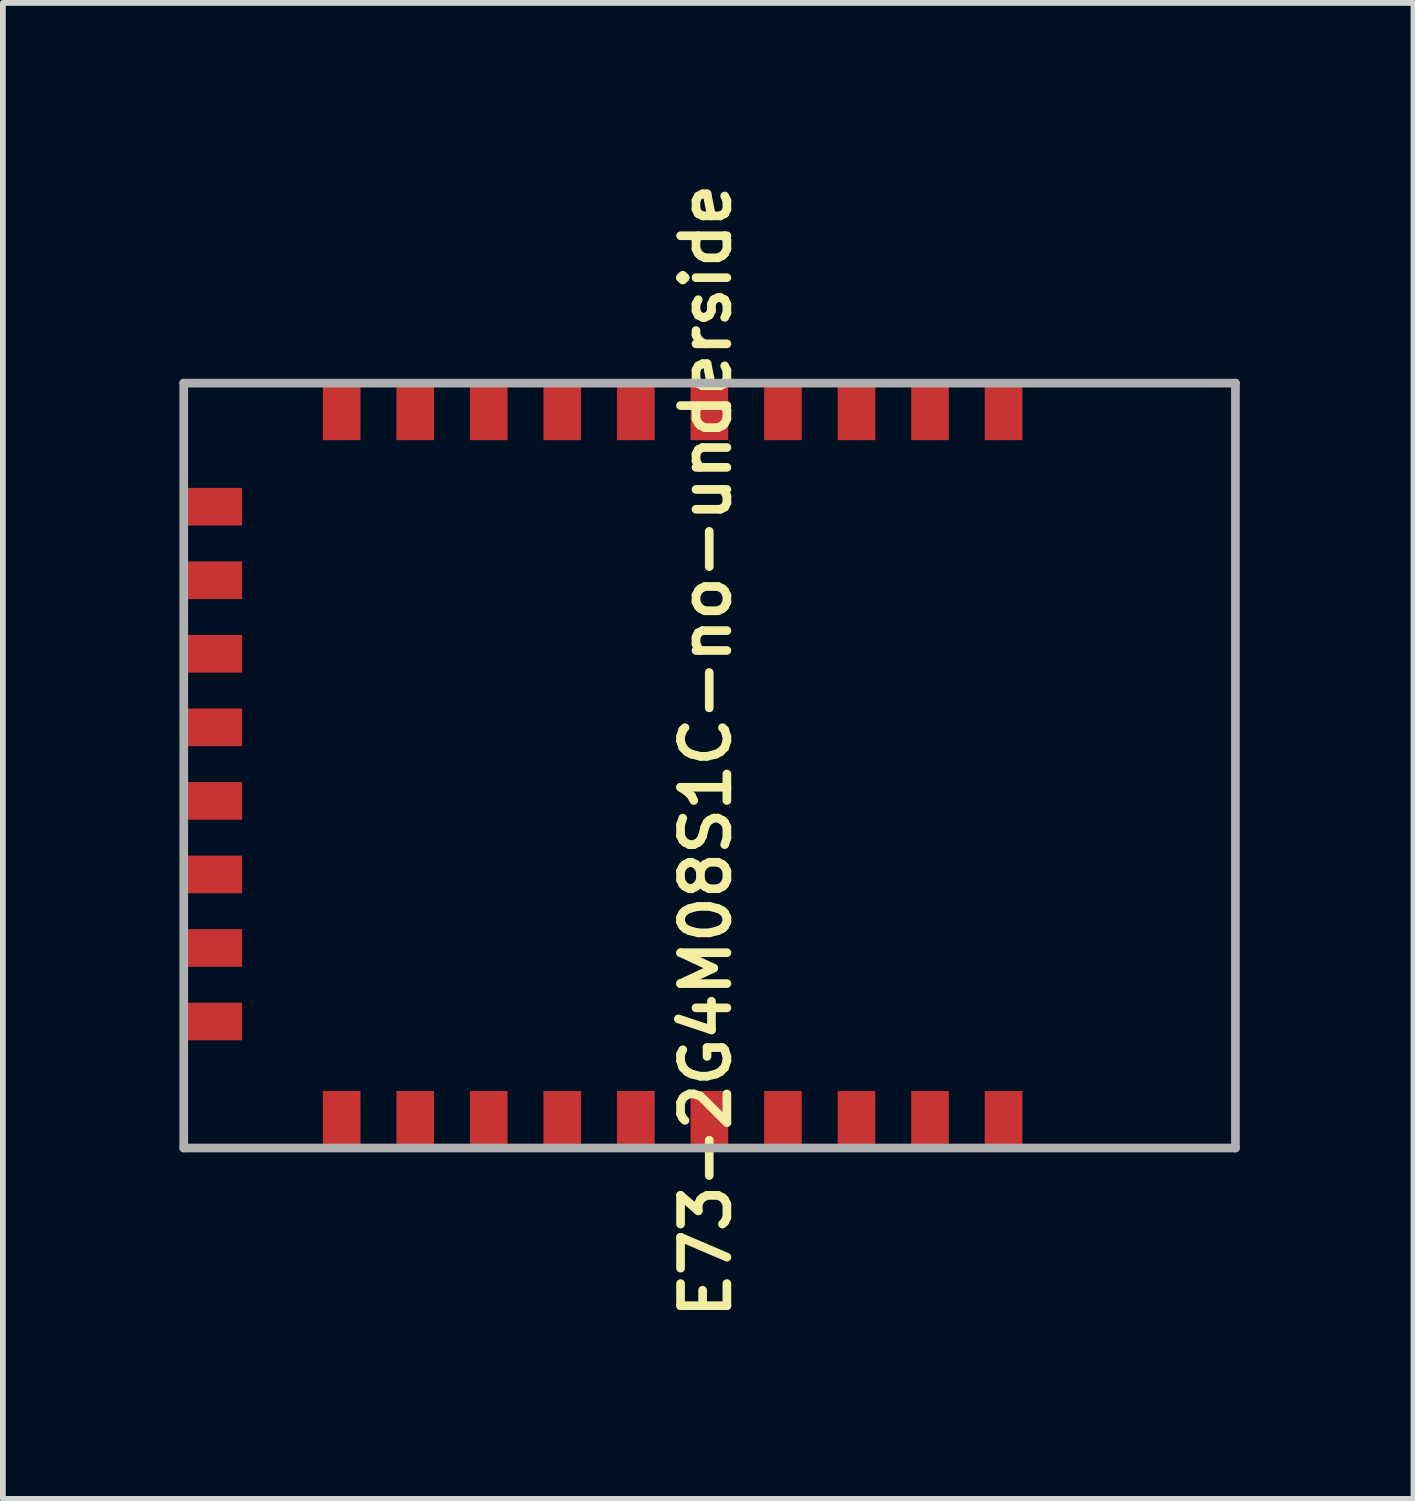
<source format=kicad_pcb>
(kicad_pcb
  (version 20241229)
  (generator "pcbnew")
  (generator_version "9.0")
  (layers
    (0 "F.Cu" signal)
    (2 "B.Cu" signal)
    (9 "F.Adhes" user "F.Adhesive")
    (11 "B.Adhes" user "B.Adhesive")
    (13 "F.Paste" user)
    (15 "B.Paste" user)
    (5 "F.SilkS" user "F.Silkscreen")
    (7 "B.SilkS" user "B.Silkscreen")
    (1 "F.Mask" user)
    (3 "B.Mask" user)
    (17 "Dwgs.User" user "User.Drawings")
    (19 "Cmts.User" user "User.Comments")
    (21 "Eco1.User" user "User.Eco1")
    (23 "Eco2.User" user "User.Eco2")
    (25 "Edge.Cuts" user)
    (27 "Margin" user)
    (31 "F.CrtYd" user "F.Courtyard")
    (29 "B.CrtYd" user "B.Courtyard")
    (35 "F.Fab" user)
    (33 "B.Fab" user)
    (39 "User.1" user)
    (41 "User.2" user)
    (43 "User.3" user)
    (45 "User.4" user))
  (footprint "E73-2G4M08S1C-no-underside"
    (layer "F.Cu")
    (at 0.25 10.17)
    (property "Reference" "E73-2G4M08S1C-no-underside" (at 8.89 -0.254 90) (layer "F.SilkS") (effects (font (size 0.8 0.8) (thickness 0.15))))
    (attr through_hole)
    (fp_line (start -0.127 -6.604) (end -0.127 6.604) (stroke (width 0.15) (type solid)) (layer "F.Fab"))
    (fp_line (start -0.127 6.604) (end 18.034 6.604) (stroke (width 0.15) (type solid)) (layer "F.Fab"))
    (fp_line (start 18.034 -6.604) (end -0.127 -6.604) (stroke (width 0.15) (type solid)) (layer "F.Fab"))
    (fp_line (start 18.034 6.604) (end 18.034 -6.604) (stroke (width 0.15) (type solid)) (layer "F.Fab"))
    (pad "1" smd rect (at 14.03 -6.119) (size 0.65 1) (layers "F.Cu" "F.Mask" "F.Paste"))
    (pad "2" smd rect (at 12.76 -6.119) (size 0.65 1) (layers "F.Cu" "F.Mask" "F.Paste"))
    (pad "3" smd rect (at 11.49 -6.119) (size 0.65 1) (layers "F.Cu" "F.Mask" "F.Paste"))
    (pad "4" smd rect (at 10.22 -6.119) (size 0.65 1) (layers "F.Cu" "F.Mask" "F.Paste"))
    (pad "5" smd rect (at 8.95 -6.119) (size 0.65 1) (layers "F.Cu" "F.Mask" "F.Paste"))
    (pad "6" smd rect (at 7.68 -6.119) (size 0.65 1) (layers "F.Cu" "F.Mask" "F.Paste"))
    (pad "7" smd rect (at 6.41 -6.119) (size 0.65 1) (layers "F.Cu" "F.Mask" "F.Paste"))
    (pad "8" smd rect (at 5.14 -6.119) (size 0.65 1) (layers "F.Cu" "F.Mask" "F.Paste"))
    (pad "9" smd rect (at 3.87 -6.119) (size 0.65 1) (layers "F.Cu" "F.Mask" "F.Paste"))
    (pad "10" smd rect (at 2.6 -6.119) (size 0.65 1) (layers "F.Cu" "F.Mask" "F.Paste"))
    (pad "11" smd rect (at 0.381 -4.47 90) (size 0.65 1) (layers "F.Cu" "F.Mask" "F.Paste"))
    (pad "13" smd rect (at 0.381 -3.2 90) (size 0.65 1) (layers "F.Cu" "F.Mask" "F.Paste"))
    (pad "15" smd rect (at 0.381 -1.93 90) (size 0.65 1) (layers "F.Cu" "F.Mask" "F.Paste"))
    (pad "17" smd rect (at 0.381 -0.66 90) (size 0.65 1) (layers "F.Cu" "F.Mask" "F.Paste"))
    (pad "19" smd rect (at 0.381 0.61 90) (size 0.65 1) (layers "F.Cu" "F.Mask" "F.Paste"))
    (pad "21" smd rect (at 0.381 1.88 90) (size 0.65 1) (layers "F.Cu" "F.Mask" "F.Paste"))
    (pad "23" smd rect (at 0.381 3.15 90) (size 0.65 1) (layers "F.Cu" "F.Mask" "F.Paste"))
    (pad "25" smd rect (at 0.381 4.42 90) (size 0.65 1) (layers "F.Cu" "F.Mask" "F.Paste"))
    (pad "26" smd rect (at 2.6 6.119) (size 0.65 1) (layers "F.Cu" "F.Mask" "F.Paste"))
    (pad "27" smd rect (at 3.87 6.119) (size 0.65 1) (layers "F.Cu" "F.Mask" "F.Paste"))
    (pad "29" smd rect (at 5.14 6.119) (size 0.65 1) (layers "F.Cu" "F.Mask" "F.Paste"))
    (pad "31" smd rect (at 6.41 6.119) (size 0.65 1) (layers "F.Cu" "F.Mask" "F.Paste"))
    (pad "33" smd rect (at 7.68 6.119) (size 0.65 1) (layers "F.Cu" "F.Mask" "F.Paste"))
    (pad "35" smd rect (at 8.95 6.119) (size 0.65 1) (layers "F.Cu" "F.Mask" "F.Paste"))
    (pad "37" smd rect (at 10.22 6.119) (size 0.65 1) (layers "F.Cu" "F.Mask" "F.Paste"))
    (pad "39" smd rect (at 11.49 6.119) (size 0.65 1) (layers "F.Cu" "F.Mask" "F.Paste"))
    (pad "41" smd rect (at 12.76 6.119) (size 0.65 1) (layers "F.Cu" "F.Mask" "F.Paste"))
    (pad "43" smd rect (at 14.03 6.119) (size 0.65 1) (layers "F.Cu" "F.Mask" "F.Paste")))
  (gr_rect
    (start -3 -3)
    (end 21.359 22.833)
    (stroke (width 0.1) (type default))
    (fill no)
    (layer "Edge.Cuts")))
</source>
